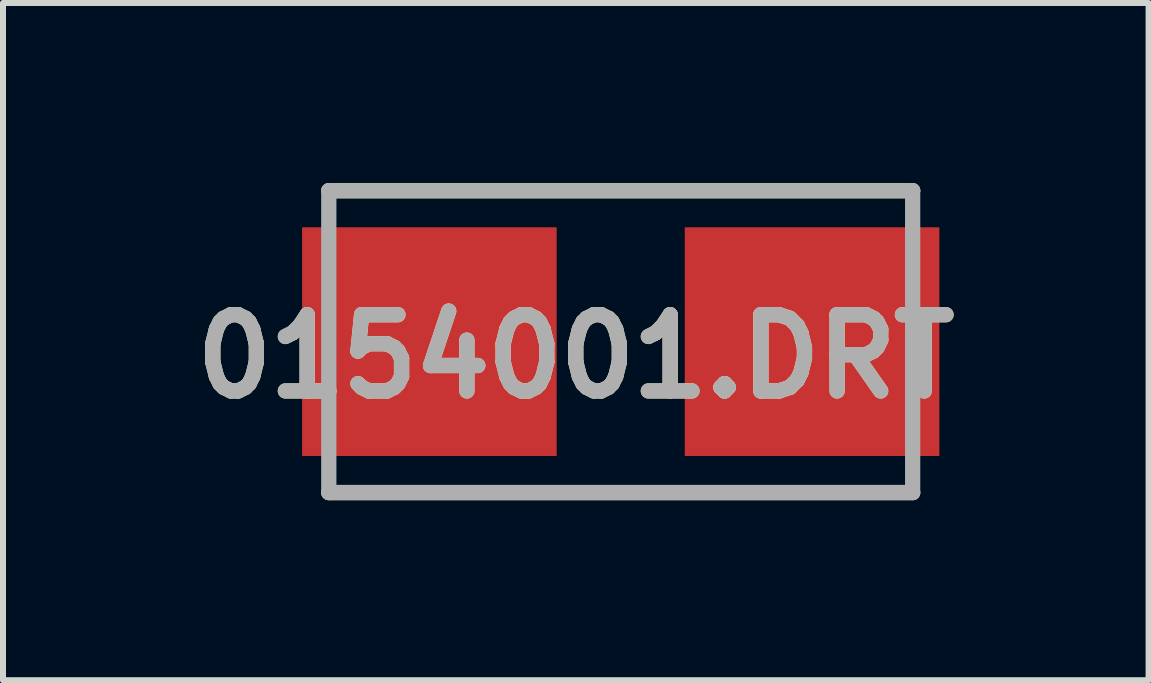
<source format=kicad_pcb>
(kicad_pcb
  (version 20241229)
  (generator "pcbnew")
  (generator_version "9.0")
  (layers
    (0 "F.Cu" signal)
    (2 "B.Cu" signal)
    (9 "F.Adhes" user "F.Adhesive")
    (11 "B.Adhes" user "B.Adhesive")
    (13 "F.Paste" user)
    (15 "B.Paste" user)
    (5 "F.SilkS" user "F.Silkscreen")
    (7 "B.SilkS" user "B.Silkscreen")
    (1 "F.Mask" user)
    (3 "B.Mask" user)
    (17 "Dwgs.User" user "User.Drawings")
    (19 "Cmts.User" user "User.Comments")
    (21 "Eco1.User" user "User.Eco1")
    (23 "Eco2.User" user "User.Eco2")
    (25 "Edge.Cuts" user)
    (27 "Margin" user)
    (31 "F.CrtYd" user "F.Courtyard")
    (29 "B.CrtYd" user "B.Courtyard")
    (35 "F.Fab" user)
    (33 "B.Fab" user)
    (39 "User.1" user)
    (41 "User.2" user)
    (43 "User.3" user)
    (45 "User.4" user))
  (footprint "0154001.DRT"
    (layer "F.Cu")
    (at 7.292 2.642)
    (property "Reference" "0154001.DRT" (at -0.749 0.247 0) (layer "F.SilkS") (effects (font (size 1.27 1.27) (thickness 0.254))))
    (attr smd)
    (fp_line (start -4.864 -2.515) (end 4.864 -2.515) (stroke (width 0.254) (type solid)) (layer "F.SilkS"))
    (fp_line (start -4.864 2.515) (end 4.864 2.515) (stroke (width 0.254) (type solid)) (layer "F.SilkS"))
    (fp_line (start -4.864 -2.515) (end 4.864 -2.515) (stroke (width 0.254) (type solid)) (layer "F.Fab"))
    (fp_line (start -4.864 2.515) (end -4.864 -2.515) (stroke (width 0.254) (type solid)) (layer "F.Fab"))
    (fp_line (start 4.864 -2.515) (end 4.864 2.515) (stroke (width 0.254) (type solid)) (layer "F.Fab"))
    (fp_line (start 4.864 2.515) (end -4.864 2.515) (stroke (width 0.254) (type solid)) (layer "F.Fab"))
    (fp_text user "${REFERENCE}" (at -0.749 0.247 0) (layer "F.Fab") (effects (font (size 1.27 1.27) (thickness 0.254))))
    (pad "1" smd rect (at -3.188 0 90) (size 3.81 4.242) (layers "F.Cu" "F.Mask" "F.Paste"))
    (pad "2" smd rect (at 3.188 0 90) (size 3.81 4.242) (layers "F.Cu" "F.Mask" "F.Paste")))
  (gr_rect
    (start -3 -3)
    (end 16.087 8.283)
    (stroke (width 0.1) (type default))
    (fill no)
    (layer "Edge.Cuts")))
</source>
